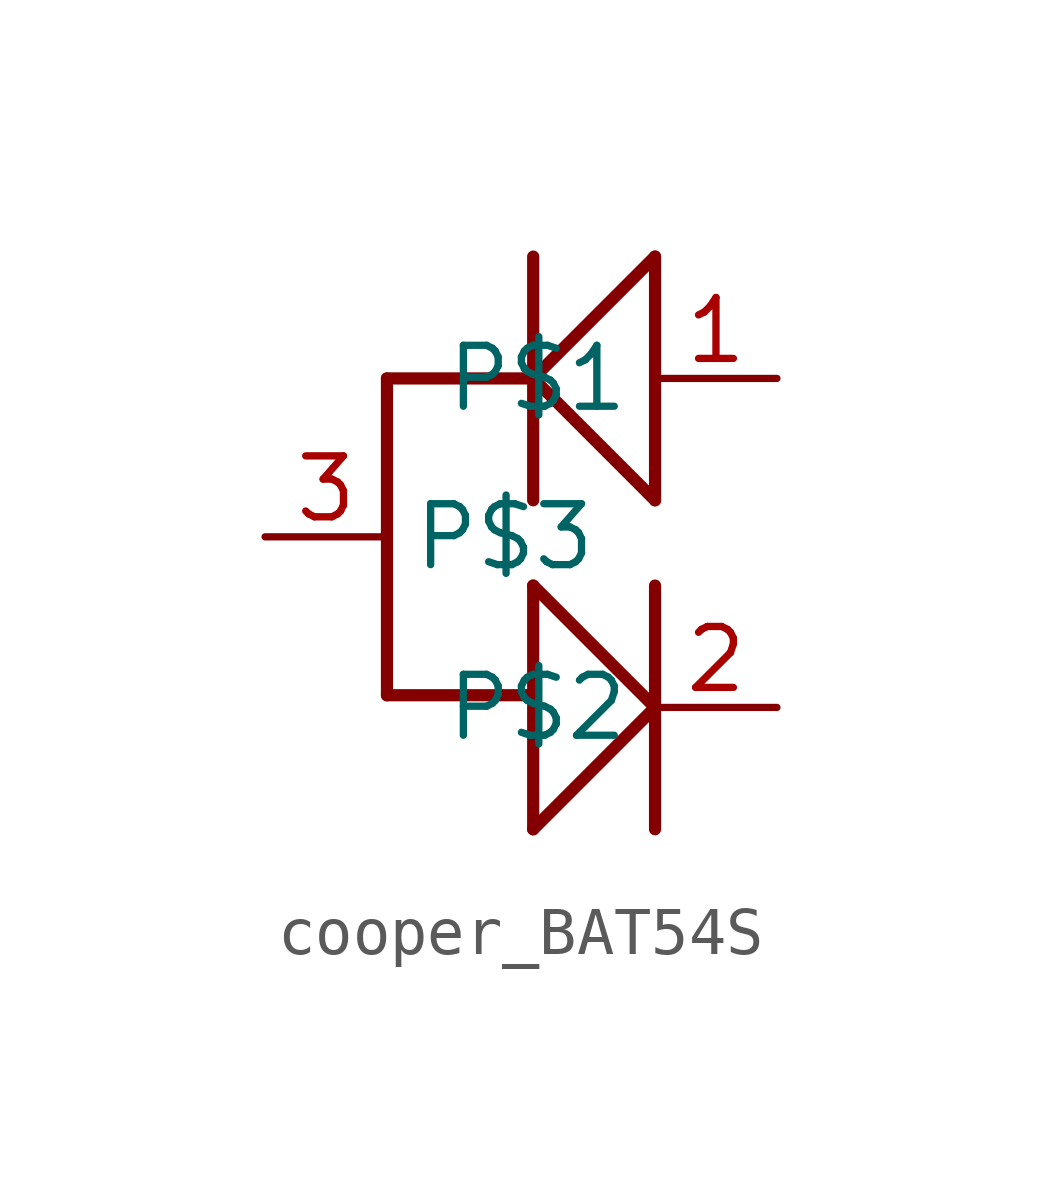
<source format=kicad_sym>
(kicad_symbol_lib
  (version 20231120)
  (generator "kicad_symbol_editor")
  (generator_version "8.0")
  (symbol "cooper_BAT54S"
    (property "Reference" "Q"
      (at -6.604 6.604 0)
      (effects (font (size 2 1.7)) (justify left bottom) (hide yes)))
    (property "ki_locked" ""
      (at 0 0 0)
      (effects (font (size 1.27 1.27))))
    (symbol "cooper_BAT54S_1_0"
      (polyline (pts (xy -3.302 3.048) (xy -3.302 -3.556)) (stroke (width 0.254) (type solid)) (fill (type none)))
      (polyline (pts (xy -0.254 -6.35) (xy 2.286 -3.81)) (stroke (width 0.254) (type solid)) (fill (type none)))
      (polyline (pts (xy -0.254 -3.556) (xy -3.302 -3.556)) (stroke (width 0.254) (type solid)) (fill (type none)))
      (polyline (pts (xy -0.254 -1.27) (xy -0.254 -6.35)) (stroke (width 0.254) (type solid)) (fill (type none)))
      (polyline (pts (xy -0.254 3.048) (xy -3.302 3.048)) (stroke (width 0.254) (type solid)) (fill (type none)))
      (polyline (pts (xy -0.254 3.048) (xy -0.254 0.508)) (stroke (width 0.254) (type solid)) (fill (type none)))
      (polyline (pts (xy -0.254 3.048) (xy 2.286 0.508)) (stroke (width 0.254) (type solid)) (fill (type none)))
      (polyline (pts (xy -0.254 5.588) (xy -0.254 3.048)) (stroke (width 0.254) (type solid)) (fill (type none)))
      (polyline (pts (xy 2.286 -6.35) (xy 2.286 -3.81)) (stroke (width 0.254) (type solid)) (fill (type none)))
      (polyline (pts (xy 2.286 -3.81) (xy -0.254 -1.27)) (stroke (width 0.254) (type solid)) (fill (type none)))
      (polyline (pts (xy 2.286 -3.81) (xy 2.286 -1.27)) (stroke (width 0.254) (type solid)) (fill (type none)))
      (polyline (pts (xy 2.286 0.508) (xy 2.286 5.588)) (stroke (width 0.254) (type solid)) (fill (type none)))
      (polyline (pts (xy 2.286 5.588) (xy -0.254 3.048)) (stroke (width 0.254) (type solid)) (fill (type none)))
      (pin bidirectional line (at 4.826 3.048 180) (length 2.54) (name "P$1" (effects (font (size 1.27 1.27)))) (number "1" (effects (font (size 1.27 1.27)))))
      (pin bidirectional line (at 4.826 -3.81 180) (length 2.54) (name "P$2" (effects (font (size 1.27 1.27)))) (number "2" (effects (font (size 1.27 1.27)))))
      (pin bidirectional line (at -5.842 -0.254 0) (length 2.54) (name "P$3" (effects (font (size 1.27 1.27)))) (number "3" (effects (font (size 1.27 1.27))))))))
</source>
